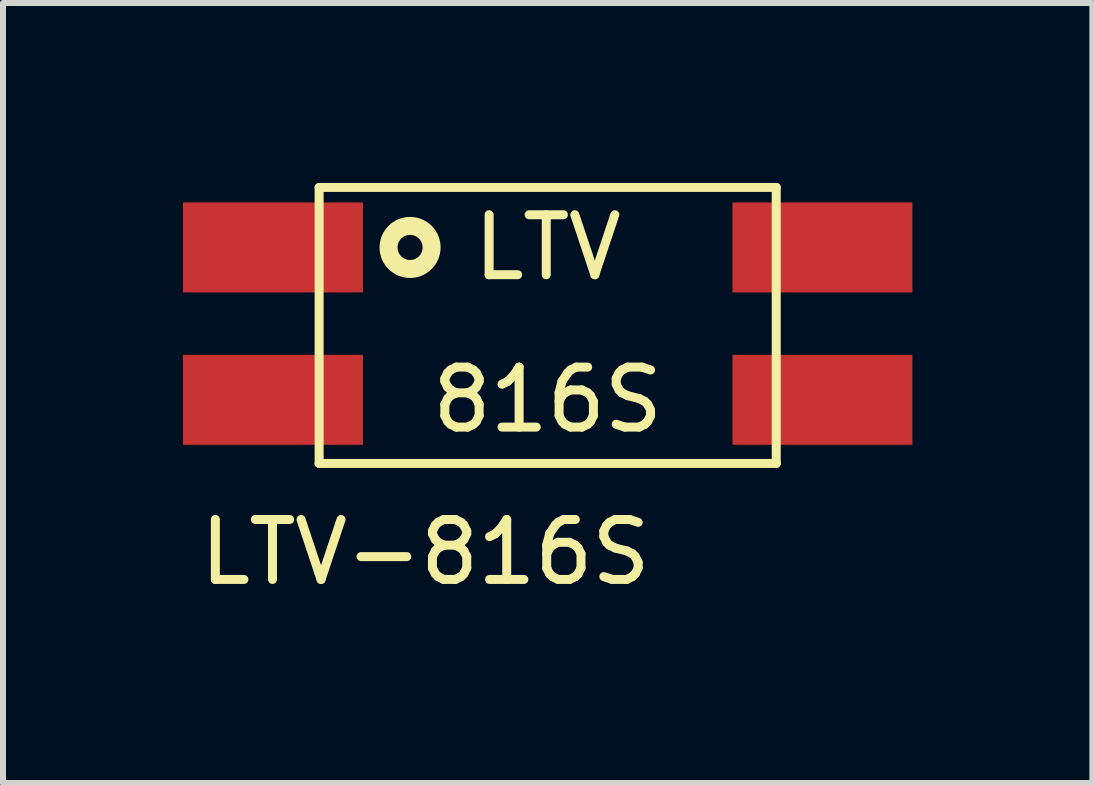
<source format=kicad_pcb>
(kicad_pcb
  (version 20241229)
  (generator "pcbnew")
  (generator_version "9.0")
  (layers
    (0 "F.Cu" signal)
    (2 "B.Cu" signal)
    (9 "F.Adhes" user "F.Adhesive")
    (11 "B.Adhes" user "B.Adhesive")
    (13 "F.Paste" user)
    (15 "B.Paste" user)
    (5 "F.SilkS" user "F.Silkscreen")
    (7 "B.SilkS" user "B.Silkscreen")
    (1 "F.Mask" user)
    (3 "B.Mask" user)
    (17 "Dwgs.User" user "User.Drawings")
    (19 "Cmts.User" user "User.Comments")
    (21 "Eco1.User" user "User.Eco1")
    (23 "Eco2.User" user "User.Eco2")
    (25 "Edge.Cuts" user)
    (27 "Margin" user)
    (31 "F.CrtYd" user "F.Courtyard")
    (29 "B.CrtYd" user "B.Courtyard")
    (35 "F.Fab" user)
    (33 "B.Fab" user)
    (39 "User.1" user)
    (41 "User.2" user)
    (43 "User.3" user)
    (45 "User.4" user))
  (footprint "LTV-816S"
    (layer "F.Cu")
    (at 1.5 1.075)
    (property "Reference" "LTV-816S" (at 2.54 5.08 0) (layer "F.SilkS") (effects (font (size 1 1) (thickness 0.15))))
    (attr through_hole)
    (fp_line (start 0.77 -1) (end 0.77 3.6) (stroke (width 0.15) (type solid)) (layer "F.SilkS"))
    (fp_line (start 0.77 3.6) (end 8.39 3.6) (stroke (width 0.15) (type solid)) (layer "F.SilkS"))
    (fp_line (start 8.39 -1) (end 0.77 -1) (stroke (width 0.15) (type solid)) (layer "F.SilkS"))
    (fp_line (start 8.39 3.6) (end 8.39 -1) (stroke (width 0.15) (type solid)) (layer "F.SilkS"))
    (fp_circle (center 2.286 0) (end 2.645 0) (stroke (width 0.3) (type solid)) (fill no) (layer "F.SilkS"))
    (fp_text user "LTV" (at 4.58 0 0) (layer "F.SilkS") (effects (font (size 1 1) (thickness 0.15))))
    (fp_text user "816S" (at 4.58 2.54 0) (layer "F.SilkS") (effects (font (size 1 1) (thickness 0.15))))
    (pad "1" smd rect (at 0 0) (size 3 1.5) (layers "F.Cu" "F.Mask" "F.Paste"))
    (pad "2" smd rect (at 0 2.54) (size 3 1.5) (layers "F.Cu" "F.Mask" "F.Paste"))
    (pad "3" smd rect (at 9.16 2.54) (size 3 1.5) (layers "F.Cu" "F.Mask" "F.Paste"))
    (pad "4" smd rect (at 9.16 0) (size 3 1.5) (layers "F.Cu" "F.Mask" "F.Paste")))
  (gr_rect
    (start -3 -3)
    (end 15.16 10.003)
    (stroke (width 0.1) (type default))
    (fill no)
    (layer "Edge.Cuts")))
</source>
